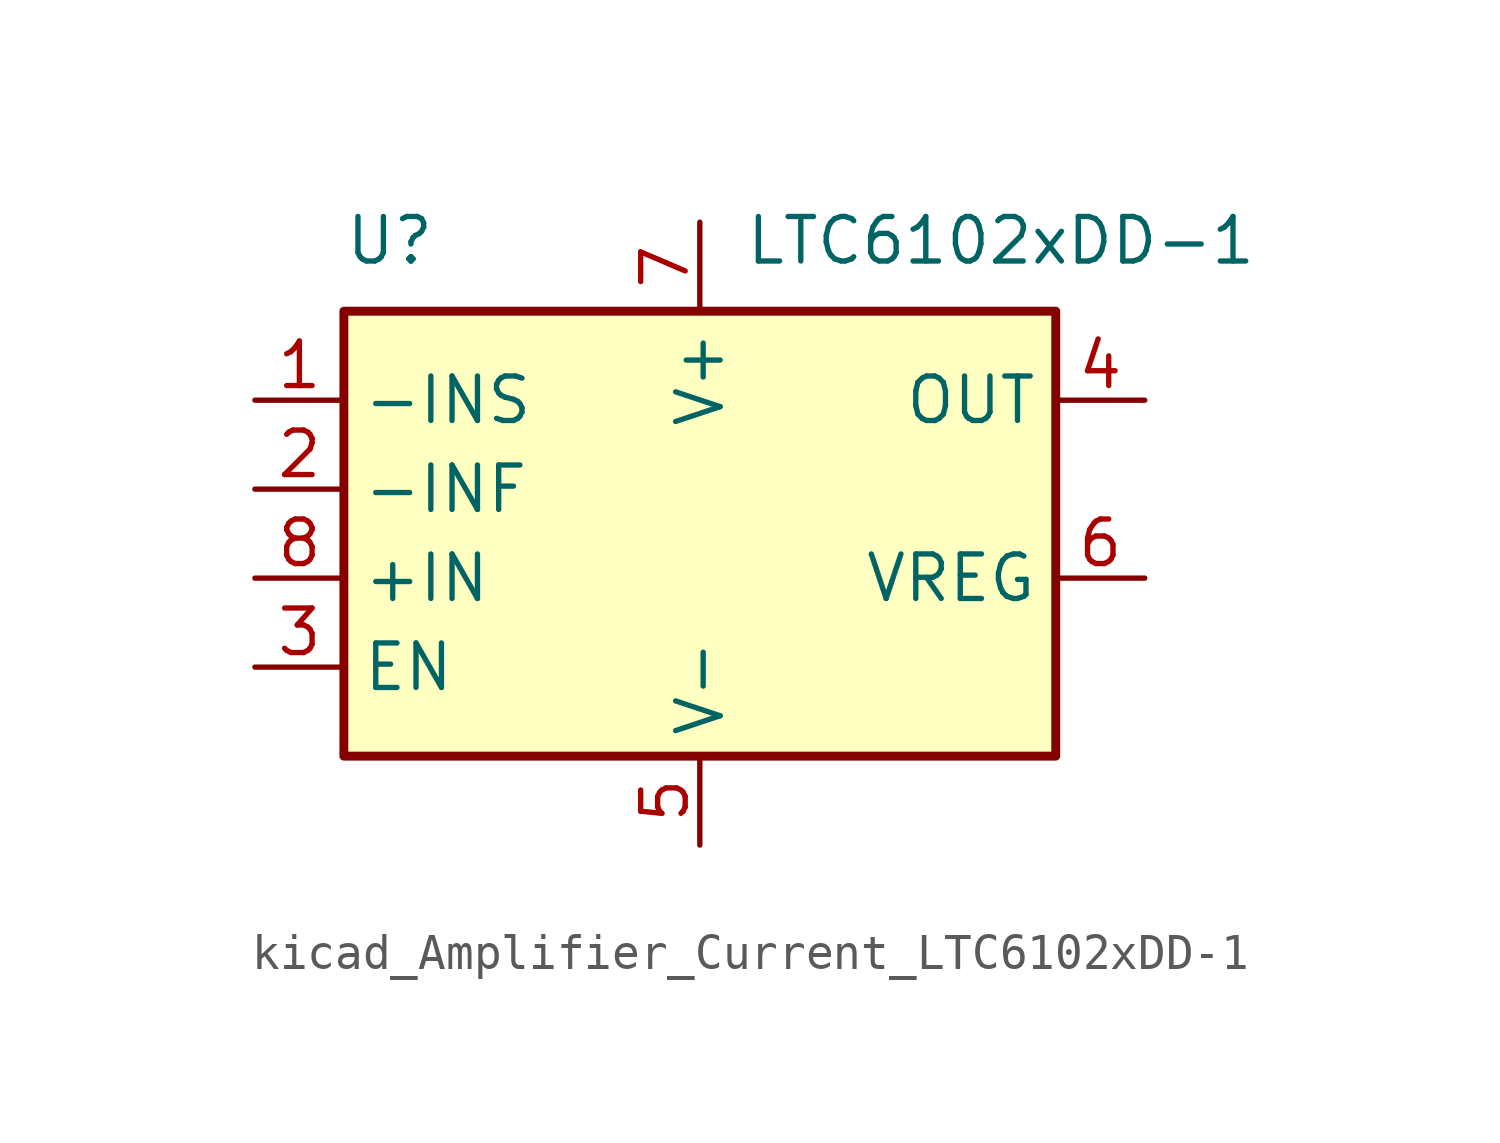
<source format=kicad_sym>
(kicad_symbol_lib
  (version 20220914)
  (generator kicad_symbol_editor)
  (symbol "kicad_Amplifier_Current_LTC6102xDD-1"
    (property "Reference" "U"
      (at -10.16 8.89 0)
      (effects (font (size 1.27 1.27)) (justify left bottom)))
    (property "Value" "LTC6102xDD-1"
      (at 1.27 8.89 0)
      (effects (font (size 1.27 1.27)) (justify left bottom)))
    (symbol "kicad_Amplifier_Current_LTC6102xDD-1_0_1"
      (rectangle (start -10.16 7.62) (end 10.16 -5.08) (stroke (width 0.254) (type default)) (fill (type background))))
    (symbol "kicad_Amplifier_Current_LTC6102xDD-1_1_1"
      (pin input line (at -12.7 5.08 0) (length 2.54) (name "-INS" (effects (font (size 1.27 1.27)))) (number "1" (effects (font (size 1.27 1.27)))))
      (pin input line (at -12.7 2.54 0) (length 2.54) (name "-INF" (effects (font (size 1.27 1.27)))) (number "2" (effects (font (size 1.27 1.27)))))
      (pin input line (at -12.7 -2.54 0) (length 2.54) (name "EN" (effects (font (size 1.27 1.27)))) (number "3" (effects (font (size 1.27 1.27)))))
      (pin output line (at 12.7 5.08 180) (length 2.54) (name "OUT" (effects (font (size 1.27 1.27)))) (number "4" (effects (font (size 1.27 1.27)))))
      (pin power_in line (at 0 -7.62 90) (length 2.54) (name "V-" (effects (font (size 1.27 1.27)))) (number "5" (effects (font (size 1.27 1.27)))))
      (pin output line (at 12.7 0 180) (length 2.54) (name "VREG" (effects (font (size 1.27 1.27)))) (number "6" (effects (font (size 1.27 1.27)))))
      (pin power_in line (at 0 10.16 270) (length 2.54) (name "V+" (effects (font (size 1.27 1.27)))) (number "7" (effects (font (size 1.27 1.27)))))
      (pin input line (at -12.7 0 0) (length 2.54) (name "+IN" (effects (font (size 1.27 1.27)))) (number "8" (effects (font (size 1.27 1.27)))))
      (pin passive line (at 0 -7.62 90) (length 2.54) hide (name "V-" (effects (font (size 1.27 1.27)))) (number "9" (effects (font (size 1.27 1.27))))))))
</source>
